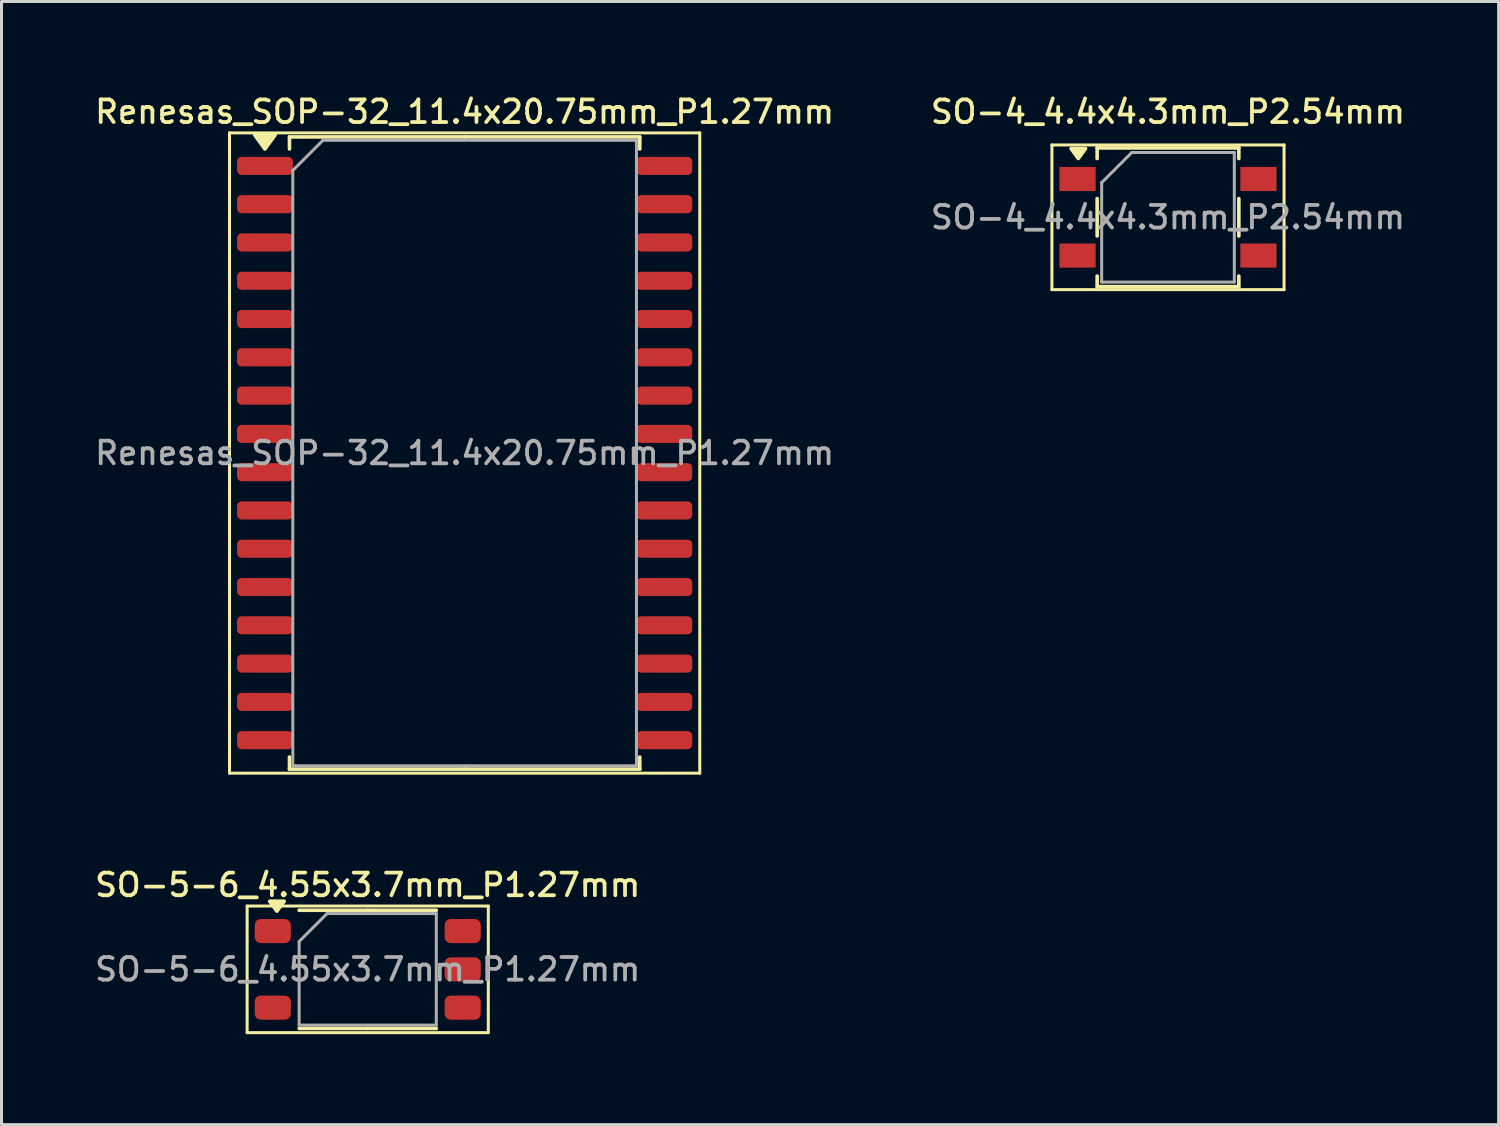
<source format=kicad_pcb>
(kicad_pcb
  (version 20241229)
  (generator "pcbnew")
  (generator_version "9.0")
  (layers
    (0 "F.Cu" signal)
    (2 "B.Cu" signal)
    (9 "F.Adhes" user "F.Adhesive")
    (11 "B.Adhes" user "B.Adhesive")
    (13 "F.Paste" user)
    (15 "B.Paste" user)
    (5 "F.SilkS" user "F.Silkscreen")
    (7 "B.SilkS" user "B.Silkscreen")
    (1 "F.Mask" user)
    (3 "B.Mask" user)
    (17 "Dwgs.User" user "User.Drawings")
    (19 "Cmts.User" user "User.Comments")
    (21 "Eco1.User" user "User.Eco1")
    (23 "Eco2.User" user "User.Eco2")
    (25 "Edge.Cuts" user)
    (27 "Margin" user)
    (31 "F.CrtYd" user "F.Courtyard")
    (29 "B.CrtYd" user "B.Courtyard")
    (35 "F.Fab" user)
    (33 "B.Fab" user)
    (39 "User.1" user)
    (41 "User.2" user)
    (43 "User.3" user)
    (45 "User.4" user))
  (footprint "SO-4_4.4x4.3mm_P2.54mm"
    (layer "F.Cu")
    (at 35.695 4.158)
    (property "Reference" "SO-4_4.4x4.3mm_P2.54mm" (at 0 -3.5 0) (layer "F.SilkS") (effects (font (size 0.75 0.75) (thickness 0.125))))
    (attr smd)
    (fp_line (start -3.85 -2.4) (end 3.85 -2.4) (stroke (width 0.1) (type solid)) (layer "F.SilkS"))
    (fp_line (start -3.85 2.4) (end -3.85 -2.4) (stroke (width 0.1) (type solid)) (layer "F.SilkS"))
    (fp_line (start -2.35 -2.3) (end 2.35 -2.3) (stroke (width 0.12) (type solid)) (layer "F.SilkS"))
    (fp_line (start -2.35 -1.95) (end -2.35 -2.3) (stroke (width 0.12) (type solid)) (layer "F.SilkS"))
    (fp_line (start -2.35 0.62) (end -2.35 -0.62) (stroke (width 0.12) (type solid)) (layer "F.SilkS"))
    (fp_line (start -2.35 1.95) (end -2.35 2.3) (stroke (width 0.12) (type solid)) (layer "F.SilkS"))
    (fp_line (start -2.35 2.3) (end 2.35 2.3) (stroke (width 0.12) (type solid)) (layer "F.SilkS"))
    (fp_line (start 2.35 -2.3) (end 2.35 -1.95) (stroke (width 0.12) (type solid)) (layer "F.SilkS"))
    (fp_line (start 2.35 0.62) (end 2.35 -0.62) (stroke (width 0.12) (type solid)) (layer "F.SilkS"))
    (fp_line (start 2.35 2.3) (end 2.35 1.95) (stroke (width 0.12) (type solid)) (layer "F.SilkS"))
    (fp_line (start 3.85 -2.4) (end 3.85 2.4) (stroke (width 0.1) (type solid)) (layer "F.SilkS"))
    (fp_line (start 3.85 2.4) (end -3.85 2.4) (stroke (width 0.1) (type solid)) (layer "F.SilkS"))
    (fp_poly (pts (xy -2.975 -1.95) (xy -3.215 -2.28) (xy -2.735 -2.28) (xy -2.975 -1.95)) (stroke (width 0.12) (type solid)) (fill yes) (layer "F.SilkS"))
    (fp_line (start -2.2 -1.15) (end -1.2 -2.15) (stroke (width 0.1) (type solid)) (layer "F.Fab"))
    (fp_line (start -2.2 2.15) (end -2.2 -1.15) (stroke (width 0.1) (type solid)) (layer "F.Fab"))
    (fp_line (start -2.2 2.15) (end 2.2 2.15) (stroke (width 0.1) (type solid)) (layer "F.Fab"))
    (fp_line (start -1.2 -2.15) (end 2.2 -2.15) (stroke (width 0.1) (type solid)) (layer "F.Fab"))
    (fp_line (start 2.2 2.15) (end 2.2 -2.15) (stroke (width 0.1) (type solid)) (layer "F.Fab"))
    (fp_text user "${REFERENCE}" (at 0 0 0) (layer "F.Fab") (effects (font (size 0.75 0.75) (thickness 0.125))))
    (pad "1" smd rect (at -3 -1.27 270) (size 0.8 1.2) (layers "F.Cu" "F.Mask" "F.Paste"))
    (pad "2" smd rect (at -3 1.27 270) (size 0.8 1.2) (layers "F.Cu" "F.Mask" "F.Paste"))
    (pad "3" smd rect (at 3 1.27 270) (size 0.8 1.2) (layers "F.Cu" "F.Mask" "F.Paste"))
    (pad "4" smd rect (at 3 -1.27 270) (size 0.8 1.2) (layers "F.Cu" "F.Mask" "F.Paste")))
  (footprint "Renesas_SOP-32_11.4x20.75mm_P1.27mm"
    (layer "F.Cu")
    (at 12.363 11.978)
    (property "Reference" "Renesas_SOP-32_11.4x20.75mm_P1.27mm" (at 0 -11.32 0) (layer "F.SilkS") (effects (font (size 0.75 0.75) (thickness 0.125))))
    (attr smd)
    (fp_line (start -7.8 -10.62) (end -7.8 10.62) (stroke (width 0.1) (type solid)) (layer "F.SilkS"))
    (fp_line (start -7.8 10.62) (end 7.8 10.62) (stroke (width 0.1) (type solid)) (layer "F.SilkS"))
    (fp_line (start -5.81 -10.485) (end -5.81 -10.085) (stroke (width 0.12) (type solid)) (layer "F.SilkS"))
    (fp_line (start -5.81 10.485) (end -5.81 10.085) (stroke (width 0.12) (type solid)) (layer "F.SilkS"))
    (fp_line (start 0 -10.485) (end -5.81 -10.485) (stroke (width 0.12) (type solid)) (layer "F.SilkS"))
    (fp_line (start 0 -10.485) (end 5.81 -10.485) (stroke (width 0.12) (type solid)) (layer "F.SilkS"))
    (fp_line (start 0 10.485) (end -5.81 10.485) (stroke (width 0.12) (type solid)) (layer "F.SilkS"))
    (fp_line (start 0 10.485) (end 5.81 10.485) (stroke (width 0.12) (type solid)) (layer "F.SilkS"))
    (fp_line (start 5.81 -10.485) (end 5.81 -10.085) (stroke (width 0.12) (type solid)) (layer "F.SilkS"))
    (fp_line (start 5.81 10.485) (end 5.81 10.085) (stroke (width 0.12) (type solid)) (layer "F.SilkS"))
    (fp_line (start 7.8 -10.62) (end -7.8 -10.62) (stroke (width 0.1) (type solid)) (layer "F.SilkS"))
    (fp_line (start 7.8 10.62) (end 7.8 -10.62) (stroke (width 0.1) (type solid)) (layer "F.SilkS"))
    (fp_poly (pts (xy -6.625 -10.085) (xy -6.965 -10.555) (xy -6.285 -10.555) (xy -6.625 -10.085)) (stroke (width 0.12) (type solid)) (fill yes) (layer "F.SilkS"))
    (fp_line (start -5.7 -9.375) (end -4.7 -10.375) (stroke (width 0.1) (type solid)) (layer "F.Fab"))
    (fp_line (start -5.7 10.375) (end -5.7 -9.375) (stroke (width 0.1) (type solid)) (layer "F.Fab"))
    (fp_line (start -4.7 -10.375) (end 5.7 -10.375) (stroke (width 0.1) (type solid)) (layer "F.Fab"))
    (fp_line (start 5.7 -10.375) (end 5.7 10.375) (stroke (width 0.1) (type solid)) (layer "F.Fab"))
    (fp_line (start 5.7 10.375) (end -5.7 10.375) (stroke (width 0.1) (type solid)) (layer "F.Fab"))
    (fp_text user "${REFERENCE}" (at 0 0 0) (layer "F.Fab") (effects (font (size 0.75 0.75) (thickness 0.125))))
    (pad "1" smd roundrect (at -6.625 -9.525) (size 1.85 0.6) (layers "F.Cu" "F.Mask" "F.Paste") (roundrect_rratio 0.25))
    (pad "2" smd roundrect (at -6.625 -8.255) (size 1.85 0.6) (layers "F.Cu" "F.Mask" "F.Paste") (roundrect_rratio 0.25))
    (pad "3" smd roundrect (at -6.625 -6.985) (size 1.85 0.6) (layers "F.Cu" "F.Mask" "F.Paste") (roundrect_rratio 0.25))
    (pad "4" smd roundrect (at -6.625 -5.715) (size 1.85 0.6) (layers "F.Cu" "F.Mask" "F.Paste") (roundrect_rratio 0.25))
    (pad "5" smd roundrect (at -6.625 -4.445) (size 1.85 0.6) (layers "F.Cu" "F.Mask" "F.Paste") (roundrect_rratio 0.25))
    (pad "6" smd roundrect (at -6.625 -3.175) (size 1.85 0.6) (layers "F.Cu" "F.Mask" "F.Paste") (roundrect_rratio 0.25))
    (pad "7" smd roundrect (at -6.625 -1.905) (size 1.85 0.6) (layers "F.Cu" "F.Mask" "F.Paste") (roundrect_rratio 0.25))
    (pad "8" smd roundrect (at -6.625 -0.635) (size 1.85 0.6) (layers "F.Cu" "F.Mask" "F.Paste") (roundrect_rratio 0.25))
    (pad "9" smd roundrect (at -6.625 0.635) (size 1.85 0.6) (layers "F.Cu" "F.Mask" "F.Paste") (roundrect_rratio 0.25))
    (pad "10" smd roundrect (at -6.625 1.905) (size 1.85 0.6) (layers "F.Cu" "F.Mask" "F.Paste") (roundrect_rratio 0.25))
    (pad "11" smd roundrect (at -6.625 3.175) (size 1.85 0.6) (layers "F.Cu" "F.Mask" "F.Paste") (roundrect_rratio 0.25))
    (pad "12" smd roundrect (at -6.625 4.445) (size 1.85 0.6) (layers "F.Cu" "F.Mask" "F.Paste") (roundrect_rratio 0.25))
    (pad "13" smd roundrect (at -6.625 5.715) (size 1.85 0.6) (layers "F.Cu" "F.Mask" "F.Paste") (roundrect_rratio 0.25))
    (pad "14" smd roundrect (at -6.625 6.985) (size 1.85 0.6) (layers "F.Cu" "F.Mask" "F.Paste") (roundrect_rratio 0.25))
    (pad "15" smd roundrect (at -6.625 8.255) (size 1.85 0.6) (layers "F.Cu" "F.Mask" "F.Paste") (roundrect_rratio 0.25))
    (pad "16" smd roundrect (at -6.625 9.525) (size 1.85 0.6) (layers "F.Cu" "F.Mask" "F.Paste") (roundrect_rratio 0.25))
    (pad "17" smd roundrect (at 6.625 9.525) (size 1.85 0.6) (layers "F.Cu" "F.Mask" "F.Paste") (roundrect_rratio 0.25))
    (pad "18" smd roundrect (at 6.625 8.255) (size 1.85 0.6) (layers "F.Cu" "F.Mask" "F.Paste") (roundrect_rratio 0.25))
    (pad "19" smd roundrect (at 6.625 6.985) (size 1.85 0.6) (layers "F.Cu" "F.Mask" "F.Paste") (roundrect_rratio 0.25))
    (pad "20" smd roundrect (at 6.625 5.715) (size 1.85 0.6) (layers "F.Cu" "F.Mask" "F.Paste") (roundrect_rratio 0.25))
    (pad "21" smd roundrect (at 6.625 4.445) (size 1.85 0.6) (layers "F.Cu" "F.Mask" "F.Paste") (roundrect_rratio 0.25))
    (pad "22" smd roundrect (at 6.625 3.175) (size 1.85 0.6) (layers "F.Cu" "F.Mask" "F.Paste") (roundrect_rratio 0.25))
    (pad "23" smd roundrect (at 6.625 1.905) (size 1.85 0.6) (layers "F.Cu" "F.Mask" "F.Paste") (roundrect_rratio 0.25))
    (pad "24" smd roundrect (at 6.625 0.635) (size 1.85 0.6) (layers "F.Cu" "F.Mask" "F.Paste") (roundrect_rratio 0.25))
    (pad "25" smd roundrect (at 6.625 -0.635) (size 1.85 0.6) (layers "F.Cu" "F.Mask" "F.Paste") (roundrect_rratio 0.25))
    (pad "26" smd roundrect (at 6.625 -1.905) (size 1.85 0.6) (layers "F.Cu" "F.Mask" "F.Paste") (roundrect_rratio 0.25))
    (pad "27" smd roundrect (at 6.625 -3.175) (size 1.85 0.6) (layers "F.Cu" "F.Mask" "F.Paste") (roundrect_rratio 0.25))
    (pad "28" smd roundrect (at 6.625 -4.445) (size 1.85 0.6) (layers "F.Cu" "F.Mask" "F.Paste") (roundrect_rratio 0.25))
    (pad "29" smd roundrect (at 6.625 -5.715) (size 1.85 0.6) (layers "F.Cu" "F.Mask" "F.Paste") (roundrect_rratio 0.25))
    (pad "30" smd roundrect (at 6.625 -6.985) (size 1.85 0.6) (layers "F.Cu" "F.Mask" "F.Paste") (roundrect_rratio 0.25))
    (pad "31" smd roundrect (at 6.625 -8.255) (size 1.85 0.6) (layers "F.Cu" "F.Mask" "F.Paste") (roundrect_rratio 0.25))
    (pad "32" smd roundrect (at 6.625 -9.525) (size 1.85 0.6) (layers "F.Cu" "F.Mask" "F.Paste") (roundrect_rratio 0.25)))
  (footprint "SO-5-6_4.55x3.7mm_P1.27mm"
    (layer "F.Cu")
    (at 9.148 29.106)
    (property "Reference" "SO-5-6_4.55x3.7mm_P1.27mm" (at 0 -2.8 0) (layer "F.SilkS") (effects (font (size 0.75 0.75) (thickness 0.125))))
    (attr smd)
    (fp_line (start -4 -2.1) (end -4 2.1) (stroke (width 0.1) (type solid)) (layer "F.SilkS"))
    (fp_line (start -4 2.1) (end 4 2.1) (stroke (width 0.1) (type solid)) (layer "F.SilkS"))
    (fp_line (start 0 -1.96) (end -2.275 -1.96) (stroke (width 0.12) (type solid)) (layer "F.SilkS"))
    (fp_line (start 0 -1.96) (end 2.275 -1.96) (stroke (width 0.12) (type solid)) (layer "F.SilkS"))
    (fp_line (start 0 1.96) (end -2.275 1.96) (stroke (width 0.12) (type solid)) (layer "F.SilkS"))
    (fp_line (start 0 1.96) (end 2.275 1.96) (stroke (width 0.12) (type solid)) (layer "F.SilkS"))
    (fp_line (start 4 -2.1) (end -4 -2.1) (stroke (width 0.1) (type solid)) (layer "F.SilkS"))
    (fp_line (start 4 2.1) (end 4 -2.1) (stroke (width 0.1) (type solid)) (layer "F.SilkS"))
    (fp_poly (pts (xy -3.013 -1.93) (xy -3.252 -2.26) (xy -2.772 -2.26) (xy -3.013 -1.93)) (stroke (width 0.12) (type solid)) (fill yes) (layer "F.SilkS"))
    (fp_line (start -2.275 -0.925) (end -1.35 -1.85) (stroke (width 0.1) (type solid)) (layer "F.Fab"))
    (fp_line (start -2.275 1.85) (end -2.275 -0.925) (stroke (width 0.1) (type solid)) (layer "F.Fab"))
    (fp_line (start -1.35 -1.85) (end 2.275 -1.85) (stroke (width 0.1) (type solid)) (layer "F.Fab"))
    (fp_line (start 2.275 -1.85) (end 2.275 1.85) (stroke (width 0.1) (type solid)) (layer "F.Fab"))
    (fp_line (start 2.275 1.85) (end -2.275 1.85) (stroke (width 0.1) (type solid)) (layer "F.Fab"))
    (fp_text user "${REFERENCE}" (at 0 0 0) (layer "F.Fab") (effects (font (size 0.75 0.75) (thickness 0.125))))
    (pad "1" smd roundrect (at -3.15 -1.27) (size 1.2 0.8) (layers "F.Cu" "F.Mask" "F.Paste") (roundrect_rratio 0.25))
    (pad "3" smd roundrect (at -3.15 1.27) (size 1.2 0.8) (layers "F.Cu" "F.Mask" "F.Paste") (roundrect_rratio 0.25))
    (pad "4" smd roundrect (at 3.15 1.27) (size 1.2 0.8) (layers "F.Cu" "F.Mask" "F.Paste") (roundrect_rratio 0.25))
    (pad "5" smd roundrect (at 3.15 0) (size 1.2 0.8) (layers "F.Cu" "F.Mask" "F.Paste") (roundrect_rratio 0.25))
    (pad "6" smd roundrect (at 3.15 -1.27) (size 1.2 0.8) (layers "F.Cu" "F.Mask" "F.Paste") (roundrect_rratio 0.25)))
  (gr_rect
    (start -3 -3)
    (end 46.664 34.256)
    (stroke (width 0.1) (type default))
    (fill no)
    (layer "Edge.Cuts")))
</source>
